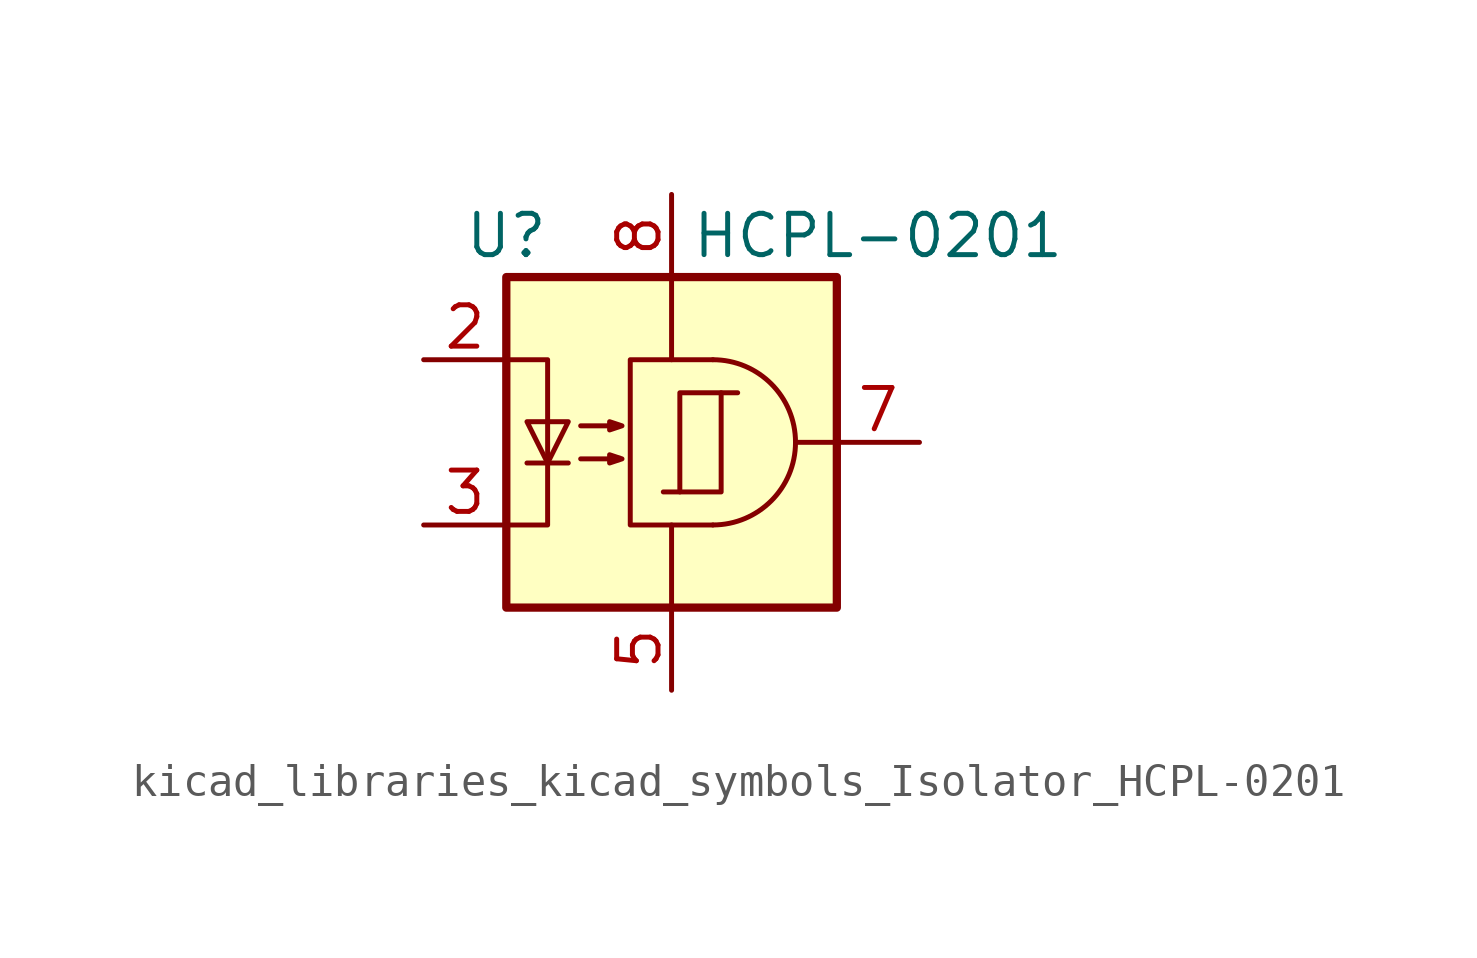
<source format=kicad_sym>
(kicad_symbol_lib
  (version 20220914)
  (generator kicad_symbol_editor)
  (symbol "kicad_libraries_kicad_symbols_Isolator_HCPL-0201"
    (property "Reference" "U"
      (at -5.08 6.35 0)
      (effects (font (size 1.27 1.27))))
    (property "Value" "HCPL-0201"
      (at 6.35 6.35 0)
      (effects (font (size 1.27 1.27))))
    (symbol "kicad_libraries_kicad_symbols_Isolator_HCPL-0201_0_1"
      (polyline (pts (xy 0.254 -1.524) (xy -0.254 -1.524)) (stroke (width 0) (type default)) (fill (type none)))
      (polyline (pts (xy 1.524 1.524) (xy 2.032 1.524)) (stroke (width 0) (type default)) (fill (type none)))
      (polyline (pts (xy 5.08 0) (xy 3.81 0)) (stroke (width 0) (type default)) (fill (type none)))
      (rectangle (start 0.254 1.524) (end 1.524 -1.524) (stroke (width 0) (type default)) (fill (type none))))
    (symbol "kicad_libraries_kicad_symbols_Isolator_HCPL-0201_1_1"
      (rectangle (start -5.08 5.08) (end 5.08 -5.08) (stroke (width 0.254) (type default)) (fill (type background)))
      (polyline (pts (xy -4.445 -0.635) (xy -3.175 -0.635)) (stroke (width 0) (type default)) (fill (type none)))
      (polyline (pts (xy 0 2.54) (xy 0 5.08)) (stroke (width 0) (type default)) (fill (type none)))
      (polyline (pts (xy 0 -2.54) (xy 0 -5.08) (xy 0 -3.81)) (stroke (width 0) (type default)) (fill (type none)))
      (polyline (pts (xy -5.08 -2.54) (xy -3.81 -2.54) (xy -3.81 2.54) (xy -5.08 2.54)) (stroke (width 0) (type default)) (fill (type none)))
      (polyline (pts (xy -3.81 -0.635) (xy -4.445 0.635) (xy -3.175 0.635) (xy -3.81 -0.635)) (stroke (width 0) (type default)) (fill (type none)))
      (polyline (pts (xy 1.27 -2.54) (xy -1.27 -2.54) (xy -1.27 2.54) (xy 1.27 2.54)) (stroke (width 0) (type default)) (fill (type none)))
      (polyline (pts (xy -2.794 -0.508) (xy -1.524 -0.508) (xy -1.905 -0.635) (xy -1.905 -0.381) (xy -1.524 -0.508)) (stroke (width 0) (type default)) (fill (type none)))
      (polyline (pts (xy -2.794 0.508) (xy -1.524 0.508) (xy -1.905 0.381) (xy -1.905 0.635) (xy -1.524 0.508)) (stroke (width 0) (type default)) (fill (type none)))
      (arc (start 1.27 -2.54) (mid 3.799 0) (end 1.27 2.54) (stroke (width 0) (type default)) (fill (type none)))
      (pin no_connect line (at -5.08 0 0) (length 2.54) hide (name "~" (effects (font (size 1.27 1.27)))) (number "1" (effects (font (size 1.27 1.27)))))
      (pin passive line (at -7.62 2.54 0) (length 2.54) (name "~" (effects (font (size 1.27 1.27)))) (number "2" (effects (font (size 1.27 1.27)))))
      (pin passive line (at -7.62 -2.54 0) (length 2.54) (name "~" (effects (font (size 1.27 1.27)))) (number "3" (effects (font (size 1.27 1.27)))))
      (pin no_connect line (at -5.08 -5.08 0) (length 2.54) hide (name "~" (effects (font (size 1.27 1.27)))) (number "4" (effects (font (size 1.27 1.27)))))
      (pin power_in line (at 0 -7.62 90) (length 2.54) (name "~" (effects (font (size 1.27 1.27)))) (number "5" (effects (font (size 1.27 1.27)))))
      (pin no_connect line (at 5.08 -2.54 180) (length 2.54) hide (name "~" (effects (font (size 1.27 1.27)))) (number "6" (effects (font (size 1.27 1.27)))))
      (pin output line (at 7.62 0 180) (length 2.54) (name "~" (effects (font (size 1.27 1.27)))) (number "7" (effects (font (size 1.27 1.27)))))
      (pin power_in line (at 0 7.62 270) (length 2.54) (name "~" (effects (font (size 1.27 1.27)))) (number "8" (effects (font (size 1.27 1.27))))))))
</source>
